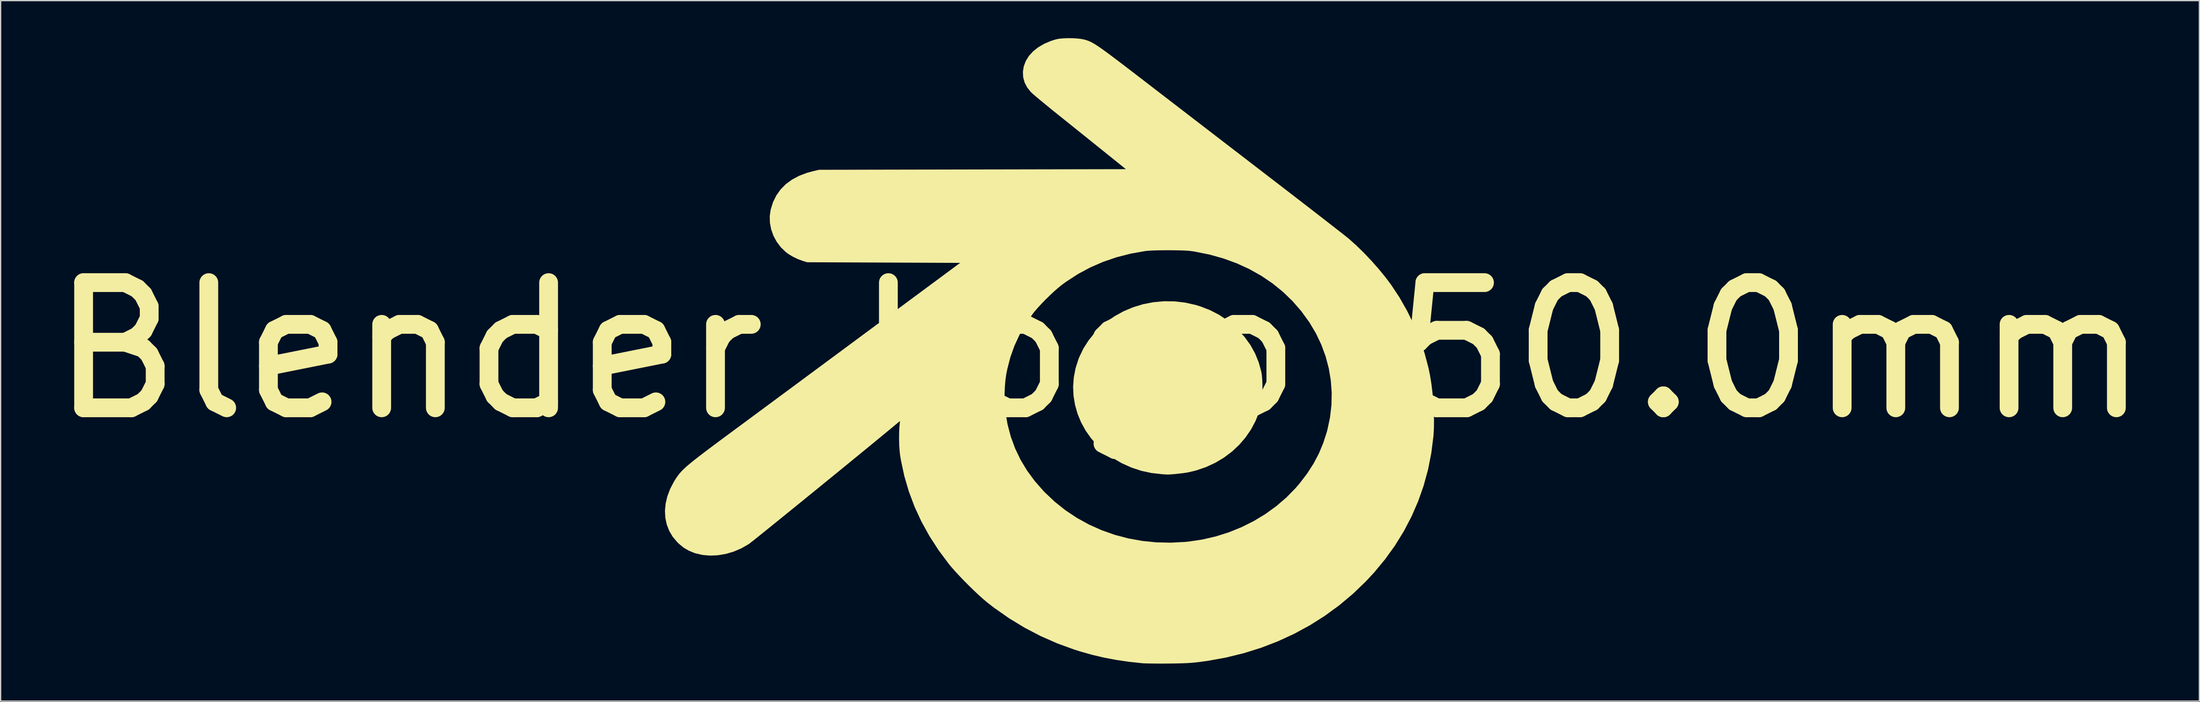
<source format=kicad_pcb>
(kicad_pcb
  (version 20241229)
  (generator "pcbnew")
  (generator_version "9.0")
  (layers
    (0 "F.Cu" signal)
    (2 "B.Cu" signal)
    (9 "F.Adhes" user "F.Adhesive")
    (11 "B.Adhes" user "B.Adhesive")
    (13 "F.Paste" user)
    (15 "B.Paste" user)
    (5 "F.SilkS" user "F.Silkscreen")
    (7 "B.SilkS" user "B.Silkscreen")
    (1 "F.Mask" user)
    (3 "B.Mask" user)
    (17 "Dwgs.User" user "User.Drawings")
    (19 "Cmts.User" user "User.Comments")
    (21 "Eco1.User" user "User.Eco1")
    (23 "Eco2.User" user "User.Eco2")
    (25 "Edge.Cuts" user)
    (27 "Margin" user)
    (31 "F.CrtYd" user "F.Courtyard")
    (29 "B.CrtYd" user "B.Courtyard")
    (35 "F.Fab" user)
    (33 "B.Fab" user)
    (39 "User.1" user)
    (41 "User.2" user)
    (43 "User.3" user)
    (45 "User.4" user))
  (footprint "Blender Logo 50.0mm"
    (layer "F.Cu")
    (at 84.821 24.98)
    (property "Reference" "Blender Logo 50.0mm" (at 0 0 180) (layer "F.SilkS") (effects (font (size 10 10) (thickness 1.5))))
    (attr board_only exclude_from_pos_files exclude_from_bom)
    (fp_poly (pts (xy 5.945 -3.955) (xy 6.786 -3.859) (xy 7.619 -3.674) (xy 8.017 -3.553) (xy 8.791 -3.253) (xy 9.5 -2.888) (xy 10.159 -2.449) (xy 10.78 -1.928) (xy 11.012 -1.705) (xy 11.56 -1.098) (xy 12.018 -0.464) (xy 12.389 0.205) (xy 12.678 0.915) (xy 12.887 1.673) (xy 12.888 1.68) (xy 12.928 1.929) (xy 12.957 2.248) (xy 12.974 2.612) (xy 12.981 2.994) (xy 12.976 3.369) (xy 12.959 3.712) (xy 12.93 3.997) (xy 12.913 4.103) (xy 12.715 4.864) (xy 12.431 5.59) (xy 12.066 6.277) (xy 11.625 6.919) (xy 11.114 7.512) (xy 10.539 8.049) (xy 9.903 8.527) (xy 9.213 8.939) (xy 8.474 9.282) (xy 7.69 9.55) (xy 7.098 9.694) (xy 6.874 9.734) (xy 6.6 9.773) (xy 6.3 9.809) (xy 5.999 9.84) (xy 5.72 9.863) (xy 5.488 9.876) (xy 5.326 9.876) (xy 5.325 9.876) (xy 5.205 9.868) (xy 5.04 9.858) (xy 4.965 9.853) (xy 4.112 9.758) (xy 3.303 9.584) (xy 2.522 9.327) (xy 1.752 8.982) (xy 1.726 8.968) (xy 1.015 8.556) (xy 0.37 8.084) (xy -0.207 7.558) (xy -0.715 6.984) (xy -1.149 6.368) (xy -1.509 5.715) (xy -1.79 5.033) (xy -1.992 4.328) (xy -2.112 3.604) (xy -2.147 2.869) (xy -2.094 2.128) (xy -1.952 1.387) (xy -1.718 0.654) (xy -1.658 0.503) (xy -1.324 -0.191) (xy -0.912 -0.837) (xy -0.418 -1.446) (xy -0.124 -1.752) (xy 0.497 -2.3) (xy 1.174 -2.773) (xy 1.897 -3.171) (xy 2.659 -3.49) (xy 3.453 -3.73) (xy 4.271 -3.889) (xy 5.104 -3.964)) (stroke (width 0) (type solid)) (fill yes) (layer "F.SilkS"))
    (fp_poly (pts (xy -2.228 -24.978) (xy -1.871 -24.96) (xy -1.552 -24.927) (xy -1.325 -24.885) (xy -1.201 -24.853) (xy -1.084 -24.82) (xy -0.969 -24.781) (xy -0.849 -24.734) (xy -0.722 -24.675) (xy -0.581 -24.6) (xy -0.423 -24.507) (xy -0.242 -24.392) (xy -0.034 -24.252) (xy 0.206 -24.084) (xy 0.484 -23.883) (xy 0.803 -23.648) (xy 1.168 -23.374) (xy 1.585 -23.059) (xy 2.058 -22.699) (xy 2.591 -22.29) (xy 3.19 -21.83) (xy 3.86 -21.315) (xy 3.974 -21.227) (xy 4.526 -20.802) (xy 5.145 -20.326) (xy 5.822 -19.805) (xy 6.547 -19.248) (xy 7.31 -18.661) (xy 8.104 -18.051) (xy 8.917 -17.425) (xy 9.742 -16.791) (xy 10.568 -16.156) (xy 11.387 -15.527) (xy 12.188 -14.911) (xy 12.963 -14.315) (xy 13.699 -13.749) (xy 14.36 -13.241) (xy 15.007 -12.743) (xy 15.634 -12.26) (xy 16.238 -11.794) (xy 16.812 -11.35) (xy 17.354 -10.931) (xy 17.857 -10.541) (xy 18.317 -10.183) (xy 18.73 -9.862) (xy 19.09 -9.58) (xy 19.393 -9.343) (xy 19.635 -9.152) (xy 19.809 -9.013) (xy 19.912 -8.928) (xy 19.913 -8.927) (xy 20.5 -8.4) (xy 21.104 -7.809) (xy 21.704 -7.175) (xy 22.281 -6.521) (xy 22.814 -5.869) (xy 23.256 -5.279) (xy 23.925 -4.267) (xy 24.532 -3.2) (xy 25.073 -2.092) (xy 25.541 -0.955) (xy 25.931 0.195) (xy 26.237 1.346) (xy 26.366 1.969) (xy 26.472 2.627) (xy 26.558 3.332) (xy 26.623 4.062) (xy 26.665 4.794) (xy 26.682 5.505) (xy 26.675 6.172) (xy 26.64 6.771) (xy 26.636 6.814) (xy 26.466 8.162) (xy 26.206 9.479) (xy 25.855 10.764) (xy 25.416 12.014) (xy 24.888 13.228) (xy 24.272 14.406) (xy 23.57 15.544) (xy 22.781 16.641) (xy 21.907 17.697) (xy 21.233 18.421) (xy 20.204 19.41) (xy 19.116 20.322) (xy 17.973 21.158) (xy 16.776 21.916) (xy 15.528 22.595) (xy 14.232 23.194) (xy 12.89 23.712) (xy 11.505 24.146) (xy 10.078 24.497) (xy 8.613 24.763) (xy 7.89 24.861) (xy 7.604 24.893) (xy 7.324 24.919) (xy 7.034 24.939) (xy 6.715 24.954) (xy 6.351 24.965) (xy 5.926 24.974) (xy 5.421 24.979) (xy 5.421 24.979) (xy 5.013 24.982) (xy 4.614 24.981) (xy 4.241 24.978) (xy 3.908 24.973) (xy 3.632 24.966) (xy 3.429 24.957) (xy 3.357 24.952) (xy 2.278 24.834) (xy 1.267 24.685) (xy 0.302 24.502) (xy -0.641 24.279) (xy -1.585 24.011) (xy -2.041 23.867) (xy -3.407 23.371) (xy -4.734 22.788) (xy -6.019 22.118) (xy -7.263 21.362) (xy -8.462 20.522) (xy -8.987 20.116) (xy -9.296 19.858) (xy -9.651 19.54) (xy -10.037 19.179) (xy -10.437 18.79) (xy -10.837 18.389) (xy -11.22 17.99) (xy -11.573 17.609) (xy -11.878 17.262) (xy -12.066 17.036) (xy -12.89 15.931) (xy -13.621 14.8) (xy -14.262 13.642) (xy -14.81 12.458) (xy -15.265 11.247) (xy -15.629 10.011) (xy -15.9 8.749) (xy -15.966 8.35) (xy -16.008 7.986) (xy -16.037 7.558) (xy -16.05 7.098) (xy -16.049 6.637) (xy -16.032 6.207) (xy -16.016 6.005) (xy -15.978 5.604) (xy -16.352 5.913) (xy -16.727 6.224) (xy -17.147 6.571) (xy -17.608 6.95) (xy -18.103 7.357) (xy -18.628 7.788) (xy -19.179 8.239) (xy -19.75 8.706) (xy -20.337 9.186) (xy -20.935 9.674) (xy -21.539 10.167) (xy -22.145 10.66) (xy -22.746 11.15) (xy -23.339 11.633) (xy -23.919 12.104) (xy -24.481 12.56) (xy -25.02 12.997) (xy -25.531 13.411) (xy -26.009 13.798) (xy -26.45 14.154) (xy -26.849 14.476) (xy -27.201 14.758) (xy -27.5 14.998) (xy -27.743 15.191) (xy -27.924 15.333) (xy -28.038 15.421) (xy -28.073 15.446) (xy -28.655 15.778) (xy -29.265 16.037) (xy -29.893 16.221) (xy -30.526 16.328) (xy -31.152 16.356) (xy -31.759 16.303) (xy -32.335 16.167) (xy -32.398 16.146) (xy -32.854 15.959) (xy -33.256 15.722) (xy -33.633 15.415) (xy -33.764 15.288) (xy -34.128 14.858) (xy -34.41 14.385) (xy -34.607 13.877) (xy -34.722 13.34) (xy -34.752 12.78) (xy -34.699 12.204) (xy -34.561 11.618) (xy -34.339 11.029) (xy -34.032 10.442) (xy -33.923 10.268) (xy -33.83 10.125) (xy -33.736 9.991) (xy -33.637 9.86) (xy -33.529 9.73) (xy -33.407 9.596) (xy -33.265 9.453) (xy -33.099 9.299) (xy -32.905 9.128) (xy -32.676 8.938) (xy -32.409 8.723) (xy -32.098 8.479) (xy -31.74 8.204) (xy -31.328 7.892) (xy -30.858 7.54) (xy -30.325 7.143) (xy -29.724 6.698) (xy -29.051 6.2) (xy -29.034 6.188) (xy -28.588 5.859) (xy -28.072 5.477) (xy -27.493 5.049) (xy -26.857 4.579) (xy -26.172 4.072) (xy -26.004 3.948) (xy -7.623 3.948) (xy -7.601 4.454) (xy -7.563 4.847) (xy -7.384 5.876) (xy -7.124 6.858) (xy -6.779 7.796) (xy -6.349 8.693) (xy -5.832 9.553) (xy -5.227 10.38) (xy -4.53 11.176) (xy -4.417 11.295) (xy -3.613 12.054) (xy -2.753 12.738) (xy -1.84 13.345) (xy -0.879 13.875) (xy 0.126 14.324) (xy 1.169 14.693) (xy 2.247 14.979) (xy 3.355 15.18) (xy 4.488 15.295) (xy 5.641 15.323) (xy 6.81 15.262) (xy 7.077 15.235) (xy 8.176 15.072) (xy 9.252 14.823) (xy 10.3 14.492) (xy 11.312 14.082) (xy 12.283 13.596) (xy 13.206 13.039) (xy 14.073 12.413) (xy 14.88 11.722) (xy 15.618 10.969) (xy 15.951 10.581) (xy 16.546 9.802) (xy 17.053 9.016) (xy 17.479 8.211) (xy 17.831 7.371) (xy 18.117 6.484) (xy 18.164 6.31) (xy 18.373 5.33) (xy 18.488 4.344) (xy 18.51 3.357) (xy 18.439 2.374) (xy 18.277 1.402) (xy 18.025 0.446) (xy 17.683 -0.488) (xy 17.253 -1.394) (xy 16.735 -2.266) (xy 16.726 -2.279) (xy 16.092 -3.155) (xy 15.388 -3.967) (xy 14.618 -4.712) (xy 13.783 -5.389) (xy 12.887 -5.996) (xy 11.933 -6.532) (xy 10.924 -6.994) (xy 9.862 -7.382) (xy 8.75 -7.693) (xy 7.591 -7.926) (xy 7.269 -7.976) (xy 7.063 -7.997) (xy 6.78 -8.014) (xy 6.435 -8.026) (xy 6.048 -8.034) (xy 5.635 -8.038) (xy 5.214 -8.038) (xy 4.803 -8.034) (xy 4.419 -8.025) (xy 4.08 -8.012) (xy 3.803 -7.995) (xy 3.621 -7.976) (xy 2.44 -7.764) (xy 1.315 -7.476) (xy 0.242 -7.109) (xy -0.783 -6.662) (xy -1.764 -6.135) (xy -2.704 -5.524) (xy -3.025 -5.289) (xy -3.316 -5.056) (xy -3.645 -4.769) (xy -3.993 -4.445) (xy -4.345 -4.101) (xy -4.682 -3.755) (xy -4.987 -3.423) (xy -5.244 -3.123) (xy -5.362 -2.971) (xy -5.946 -2.125) (xy -6.437 -1.268) (xy -6.842 -0.389) (xy -7.165 0.522) (xy -7.41 1.477) (xy -7.492 1.896) (xy -7.555 2.35) (xy -7.599 2.865) (xy -7.622 3.408) (xy -7.623 3.948) (xy -26.004 3.948) (xy -25.445 3.534) (xy -24.681 2.97) (xy -23.89 2.384) (xy -23.077 1.782) (xy -22.249 1.17) (xy -21.413 0.551) (xy -20.576 -0.068) (xy -19.746 -0.682) (xy -18.928 -1.288) (xy -18.267 -1.777) (xy -11.171 -7.03) (xy -17.283 -7.055) (xy -23.396 -7.08) (xy -23.754 -7.19) (xy -24.136 -7.331) (xy -24.52 -7.516) (xy -24.872 -7.726) (xy -25.093 -7.888) (xy -25.494 -8.275) (xy -25.826 -8.715) (xy -26.086 -9.194) (xy -26.267 -9.703) (xy -26.368 -10.229) (xy -26.382 -10.76) (xy -26.307 -11.284) (xy -26.304 -11.295) (xy -26.117 -11.888) (xy -25.852 -12.423) (xy -25.511 -12.901) (xy -25.095 -13.321) (xy -24.604 -13.682) (xy -24.039 -13.984) (xy -23.402 -14.224) (xy -22.907 -14.357) (xy -22.436 -14.466) (xy -10.184 -14.491) (xy 2.068 -14.516) (xy 0.308 -15.932) (xy -0.12 -16.276) (xy -0.604 -16.665) (xy -1.124 -17.083) (xy -1.662 -17.514) (xy -2.198 -17.945) (xy -2.714 -18.358) (xy -3.189 -18.739) (xy -3.355 -18.872) (xy -3.736 -19.179) (xy -4.103 -19.477) (xy -4.446 -19.758) (xy -4.758 -20.016) (xy -5.03 -20.243) (xy -5.253 -20.433) (xy -5.419 -20.578) (xy -5.519 -20.672) (xy -5.527 -20.68) (xy -5.821 -21.049) (xy -6.025 -21.447) (xy -6.138 -21.866) (xy -6.159 -22.298) (xy -6.088 -22.736) (xy -5.927 -23.161) (xy -5.68 -23.561) (xy -5.348 -23.926) (xy -4.938 -24.251) (xy -4.457 -24.532) (xy -3.911 -24.763) (xy -3.505 -24.889) (xy -3.261 -24.936) (xy -2.95 -24.966) (xy -2.597 -24.98)) (stroke (width 0) (type solid)) (fill yes) (layer "F.SilkS")))
  (gr_rect
    (start -3 -3)
    (end 172.643 52.962)
    (stroke (width 0.1) (type default))
    (fill no)
    (layer "Edge.Cuts")))
</source>
